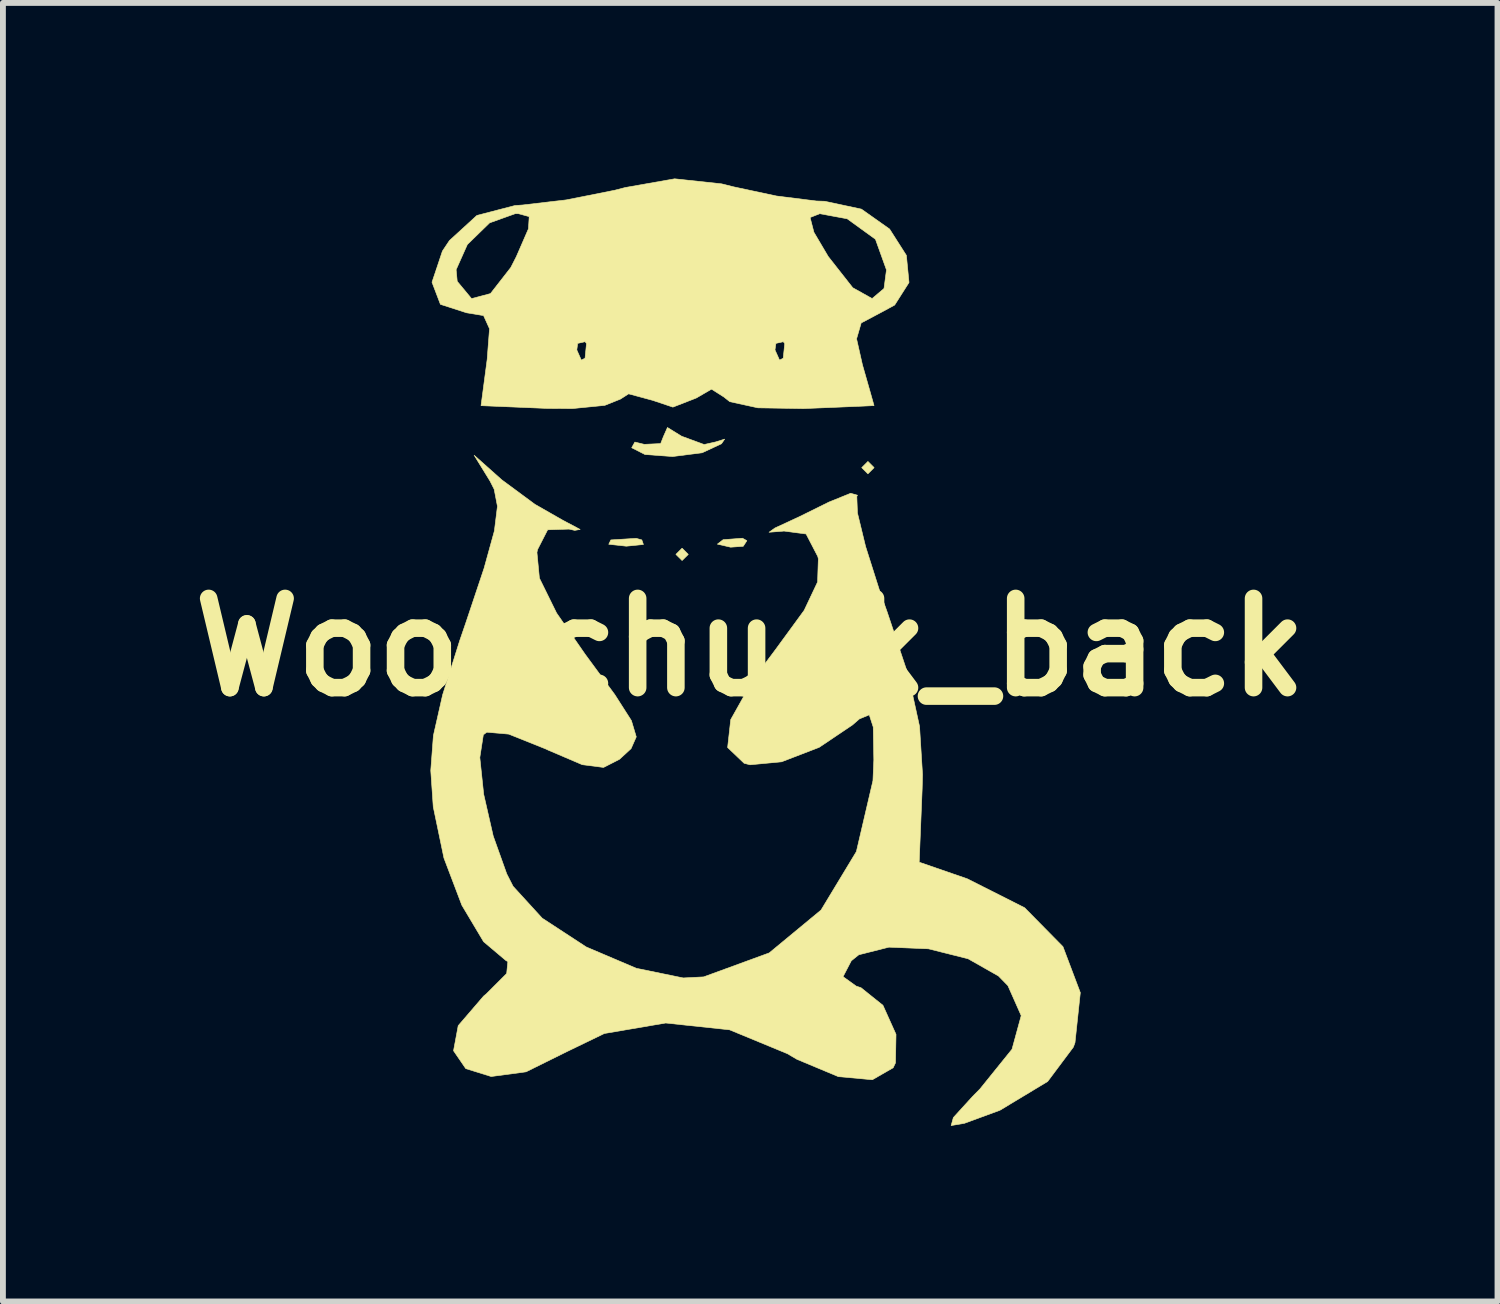
<source format=kicad_pcb>
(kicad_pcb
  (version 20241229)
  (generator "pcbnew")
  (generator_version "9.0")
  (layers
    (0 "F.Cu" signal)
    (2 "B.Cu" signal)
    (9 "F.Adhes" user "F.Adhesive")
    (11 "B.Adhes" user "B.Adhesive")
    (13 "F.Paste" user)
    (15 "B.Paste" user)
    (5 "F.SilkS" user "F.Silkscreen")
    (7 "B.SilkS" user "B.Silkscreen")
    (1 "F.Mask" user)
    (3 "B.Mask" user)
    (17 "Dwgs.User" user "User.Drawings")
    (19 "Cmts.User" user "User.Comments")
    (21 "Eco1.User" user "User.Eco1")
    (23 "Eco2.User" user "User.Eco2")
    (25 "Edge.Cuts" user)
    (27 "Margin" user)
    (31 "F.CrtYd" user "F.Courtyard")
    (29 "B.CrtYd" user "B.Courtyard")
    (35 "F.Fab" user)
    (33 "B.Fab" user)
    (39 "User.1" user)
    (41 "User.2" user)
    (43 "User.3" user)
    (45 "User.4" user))
  (footprint "Woodchuck_back"
    (layer "F.Cu")
    (at 9.768 8.009)
    (property "Reference" "Woodchuck_back" (at 0 0 0) (layer "F.SilkS") (effects (font (size 1.524 1.524) (thickness 0.3))))
    (attr through_hole)
    (fp_poly (pts (xy -1.058 -1.587) (xy -1.164 -1.482) (xy -1.27 -1.587) (xy -1.164 -1.693) (xy -1.058 -1.587)) (stroke (width 0.01) (type solid)) (fill yes) (layer "F.SilkS"))
    (fp_poly (pts (xy 2.117 -3.069) (xy 2.011 -2.963) (xy 1.905 -3.069) (xy 2.011 -3.175) (xy 2.117 -3.069)) (stroke (width 0.01) (type solid)) (fill yes) (layer "F.SilkS"))
    (fp_poly (pts (xy -1.852 -1.834) (xy -1.825 -1.756) (xy -2.117 -1.727) (xy -2.417 -1.76) (xy -2.381 -1.834) (xy -1.948 -1.861) (xy -1.852 -1.834)) (stroke (width 0.01) (type solid)) (fill yes) (layer "F.SilkS"))
    (fp_poly (pts (xy -0.057 -1.821) (xy -0.12 -1.725) (xy -0.335 -1.71) (xy -0.561 -1.762) (xy -0.463 -1.838) (xy -0.132 -1.863) (xy -0.057 -1.821)) (stroke (width 0.01) (type solid)) (fill yes) (layer "F.SilkS"))
    (fp_poly (pts (xy -1.173 -3.606) (xy -0.787 -3.464) (xy -0.591 -3.508) (xy -0.437 -3.556) (xy -0.491 -3.477) (xy -0.822 -3.323) (xy -1.325 -3.259) (xy -1.797 -3.293) (xy -2.025 -3.409) (xy -1.971 -3.506) (xy -1.81 -3.467) (xy -1.53 -3.48) (xy -1.482 -3.602) (xy -1.414 -3.755) (xy -1.173 -3.606)) (stroke (width 0.01) (type solid)) (fill yes) (layer "F.SilkS"))
    (fp_poly (pts (xy -0.489 -7.918) (xy -0.28 -7.866) (xy 0.45 -7.71) (xy 1.128 -7.625) (xy 1.273 -7.62) (xy 1.9 -7.486) (xy 2.381 -7.146) (xy 2.668 -6.696) (xy 2.713 -6.232) (xy 2.468 -5.847) (xy 2.234 -5.72) (xy 1.896 -5.541) (xy 1.817 -5.27) (xy 1.917 -4.827) (xy 2.05 -4.361) (xy 2.114 -4.134) (xy 2.115 -4.129) (xy 1.922 -4.12) (xy 1.425 -4.099) (xy 0.908 -4.078) (xy 0.131 -4.091) (xy -0.349 -4.196) (xy -0.45 -4.276) (xy -0.661 -4.41) (xy -0.923 -4.258) (xy -1.321 -4.103) (xy -1.667 -4.219) (xy -2.078 -4.33) (xy -2.218 -4.24) (xy -2.485 -4.133) (xy -3.032 -4.079) (xy -3.472 -4.081) (xy -4.599 -4.128) (xy -4.494 -4.921) (xy -4.482 -5.08) (xy -2.963 -5.08) (xy -2.886 -4.906) (xy -2.822 -4.939) (xy -2.808 -5.08) (xy 0.423 -5.08) (xy 0.501 -4.906) (xy 0.564 -4.939) (xy 0.59 -5.19) (xy 0.564 -5.221) (xy 0.439 -5.192) (xy 0.423 -5.08) (xy -2.808 -5.08) (xy -2.797 -5.19) (xy -2.822 -5.221) (xy -2.948 -5.192) (xy -2.963 -5.08) (xy -4.482 -5.08) (xy -4.454 -5.442) (xy -4.556 -5.667) (xy -4.847 -5.715) (xy -5.293 -5.859) (xy -5.437 -6.237) (xy -5.365 -6.451) (xy -5.025 -6.451) (xy -5.006 -6.252) (xy -4.761 -5.957) (xy -4.438 -6.043) (xy -4.091 -6.488) (xy -3.996 -6.674) (xy -3.789 -7.15) (xy -3.777 -7.343) (xy 1.023 -7.343) (xy 1.088 -7.091) (xy 1.333 -6.676) (xy 1.752 -6.143) (xy 2.083 -5.958) (xy 2.286 -6.13) (xy 2.328 -6.448) (xy 2.14 -6.971) (xy 1.657 -7.321) (xy 1.188 -7.408) (xy 1.023 -7.343) (xy -3.777 -7.343) (xy -3.776 -7.358) (xy -3.96 -7.408) (xy -4.016 -7.408) (xy -4.453 -7.251) (xy -4.833 -6.881) (xy -5.025 -6.451) (xy -5.365 -6.451) (xy -5.259 -6.769) (xy -5.139 -6.949) (xy -4.67 -7.378) (xy -4.021 -7.547) (xy -3.893 -7.556) (xy -3.141 -7.644) (xy -2.313 -7.809) (xy -2.135 -7.855) (xy -1.291 -8.004) (xy -0.489 -7.918)) (stroke (width 0.01) (type solid)) (fill yes) (layer "F.SilkS"))
    (fp_poly (pts (xy -4.244 -2.86) (xy -3.678 -2.442) (xy -3.209 -2.174) (xy -2.906 -2.013) (xy -2.998 -1.997) (xy -3.096 -2.019) (xy -3.461 -2.007) (xy -3.633 -1.671) (xy -3.644 -1.62) (xy -3.602 -1.181) (xy -3.308 -0.584) (xy -2.823 0.116) (xy -2.313 0.81) (xy -2.03 1.253) (xy -1.947 1.531) (xy -2.036 1.732) (xy -2.235 1.915) (xy -2.506 2.053) (xy -2.87 2.006) (xy -3.455 1.756) (xy -3.497 1.736) (xy -4.126 1.484) (xy -4.501 1.451) (xy -4.56 1.496) (xy -4.62 1.884) (xy -4.554 2.512) (xy -4.391 3.226) (xy -4.16 3.872) (xy -4.052 4.084) (xy -3.554 4.629) (xy -2.801 5.121) (xy -1.946 5.485) (xy -1.144 5.65) (xy -0.796 5.632) (xy 0.325 5.222) (xy 1.21 4.49) (xy 1.814 3.491) (xy 2.097 2.28) (xy 2.112 1.925) (xy 2.102 1.363) (xy 2.034 1.154) (xy 1.866 1.224) (xy 1.746 1.328) (xy 1.178 1.71) (xy 0.536 1.957) (xy -0.003 2.008) (xy -0.104 1.982) (xy -0.386 1.713) (xy -0.333 1.236) (xy 0.058 0.539) (xy 0.431 0.041) (xy 0.922 -0.631) (xy 1.151 -1.115) (xy 1.164 -1.51) (xy 1.155 -1.55) (xy 0.955 -1.935) (xy 0.574 -1.986) (xy 0.565 -1.984) (xy 0.322 -1.965) (xy 0.423 -2.038) (xy 0.836 -2.229) (xy 1.346 -2.481) (xy 1.716 -2.631) (xy 1.832 -2.598) (xy 1.821 -2.576) (xy 1.832 -2.294) (xy 1.971 -1.722) (xy 2.212 -0.962) (xy 2.34 -0.603) (xy 2.702 0.48) (xy 2.893 1.353) (xy 2.944 2.176) (xy 2.938 2.415) (xy 2.887 3.672) (xy 3.709 3.956) (xy 4.688 4.45) (xy 5.343 5.115) (xy 5.64 5.901) (xy 5.549 6.756) (xy 5.521 6.832) (xy 5.082 7.419) (xy 4.266 7.911) (xy 3.661 8.133) (xy 3.433 8.172) (xy 3.471 8.035) (xy 3.797 7.677) (xy 3.926 7.546) (xy 4.473 6.868) (xy 4.63 6.294) (xy 4.403 5.782) (xy 4.242 5.617) (xy 3.722 5.322) (xy 3.045 5.152) (xy 2.37 5.124) (xy 1.855 5.254) (xy 1.727 5.357) (xy 1.586 5.628) (xy 1.81 5.789) (xy 1.893 5.817) (xy 2.268 6.118) (xy 2.491 6.614) (xy 2.482 7.101) (xy 2.442 7.185) (xy 2.087 7.389) (xy 1.506 7.336) (xy 0.798 7.04) (xy 0.635 6.944) (xy -0.353 6.536) (xy -1.445 6.42) (xy -2.492 6.599) (xy -3.137 6.911) (xy -3.83 7.254) (xy -4.426 7.334) (xy -4.86 7.199) (xy -5.069 6.894) (xy -4.989 6.465) (xy -4.554 5.959) (xy -4.509 5.922) (xy -4.161 5.574) (xy -4.141 5.37) (xy -4.172 5.354) (xy -4.555 5.031) (xy -4.927 4.407) (xy -5.233 3.601) (xy -5.414 2.733) (xy -5.415 2.733) (xy -5.458 2.106) (xy -5.413 1.509) (xy -5.255 0.812) (xy -4.964 -0.112) (xy -4.862 -0.409) (xy -4.547 -1.351) (xy -4.371 -1.988) (xy -4.319 -2.409) (xy -4.375 -2.701) (xy -4.445 -2.839) (xy -4.717 -3.281) (xy -4.244 -2.86)) (stroke (width 0.01) (type solid)) (fill yes) (layer "F.SilkS")))
  (gr_rect
    (start -3 -3)
    (end 22.536 19.186)
    (stroke (width 0.1) (type default))
    (fill no)
    (layer "Edge.Cuts")))
</source>
